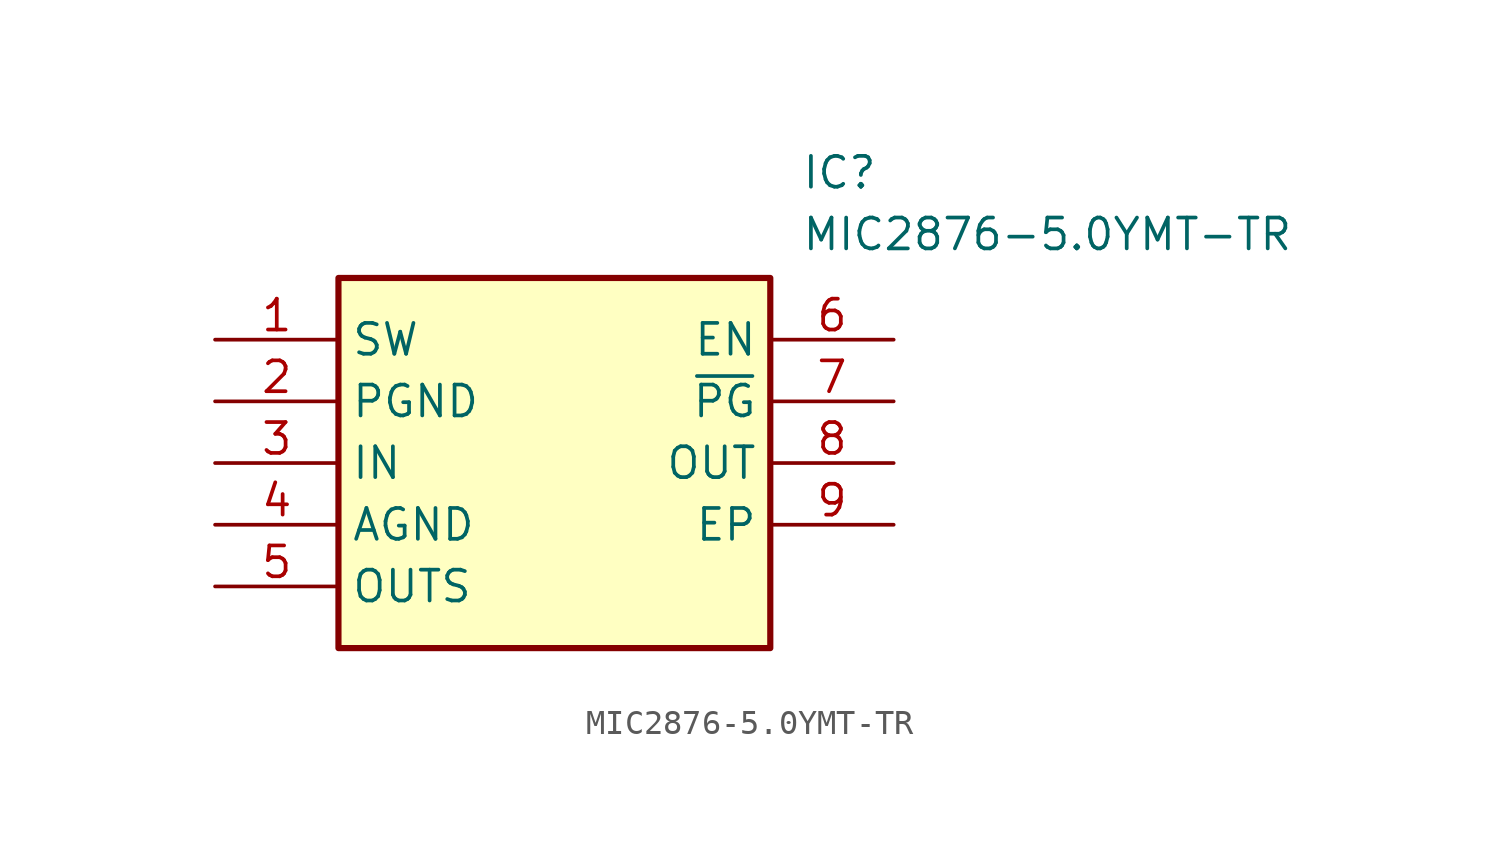
<source format=kicad_sym>
(kicad_symbol_lib
  (version 20211014)
  (generator SamacSys_ECAD_Model)
  (symbol "MIC2876-5.0YMT-TR"
    (property "Reference" "IC"
      (at 24.13 7.62 0)
      (effects (font (size 1.27 1.27)) (justify left top)))
    (property "Value" "MIC2876-5.0YMT-TR"
      (at 24.13 5.08 0)
      (effects (font (size 1.27 1.27)) (justify left top)))
    (rectangle
      (start 5.08 2.54)
      (end 22.86 -12.7)
      (stroke (width 0.254) (type default))
      (fill (type background)))
    (pin passive line
      (at 0 0 0)
      (length 5.08)
      (name "SW" (effects (font (size 1.27 1.27))))
      (number "1" (effects (font (size 1.27 1.27)))))
    (pin passive line
      (at 0 -2.54 0)
      (length 5.08)
      (name "PGND" (effects (font (size 1.27 1.27))))
      (number "2" (effects (font (size 1.27 1.27)))))
    (pin passive line
      (at 0 -5.08 0)
      (length 5.08)
      (name "IN" (effects (font (size 1.27 1.27))))
      (number "3" (effects (font (size 1.27 1.27)))))
    (pin passive line
      (at 0 -7.62 0)
      (length 5.08)
      (name "AGND" (effects (font (size 1.27 1.27))))
      (number "4" (effects (font (size 1.27 1.27)))))
    (pin passive line
      (at 0 -10.16 0)
      (length 5.08)
      (name "OUTS" (effects (font (size 1.27 1.27))))
      (number "5" (effects (font (size 1.27 1.27)))))
    (pin passive line
      (at 27.94 0 180)
      (length 5.08)
      (name "EN" (effects (font (size 1.27 1.27))))
      (number "6" (effects (font (size 1.27 1.27)))))
    (pin passive line
      (at 27.94 -2.54 180)
      (length 5.08)
      (name "~{PG}" (effects (font (size 1.27 1.27))))
      (number "7" (effects (font (size 1.27 1.27)))))
    (pin passive line
      (at 27.94 -5.08 180)
      (length 5.08)
      (name "OUT" (effects (font (size 1.27 1.27))))
      (number "8" (effects (font (size 1.27 1.27)))))
    (pin passive line
      (at 27.94 -7.62 180)
      (length 5.08)
      (name "EP" (effects (font (size 1.27 1.27))))
      (number "9" (effects (font (size 1.27 1.27)))))))
</source>
